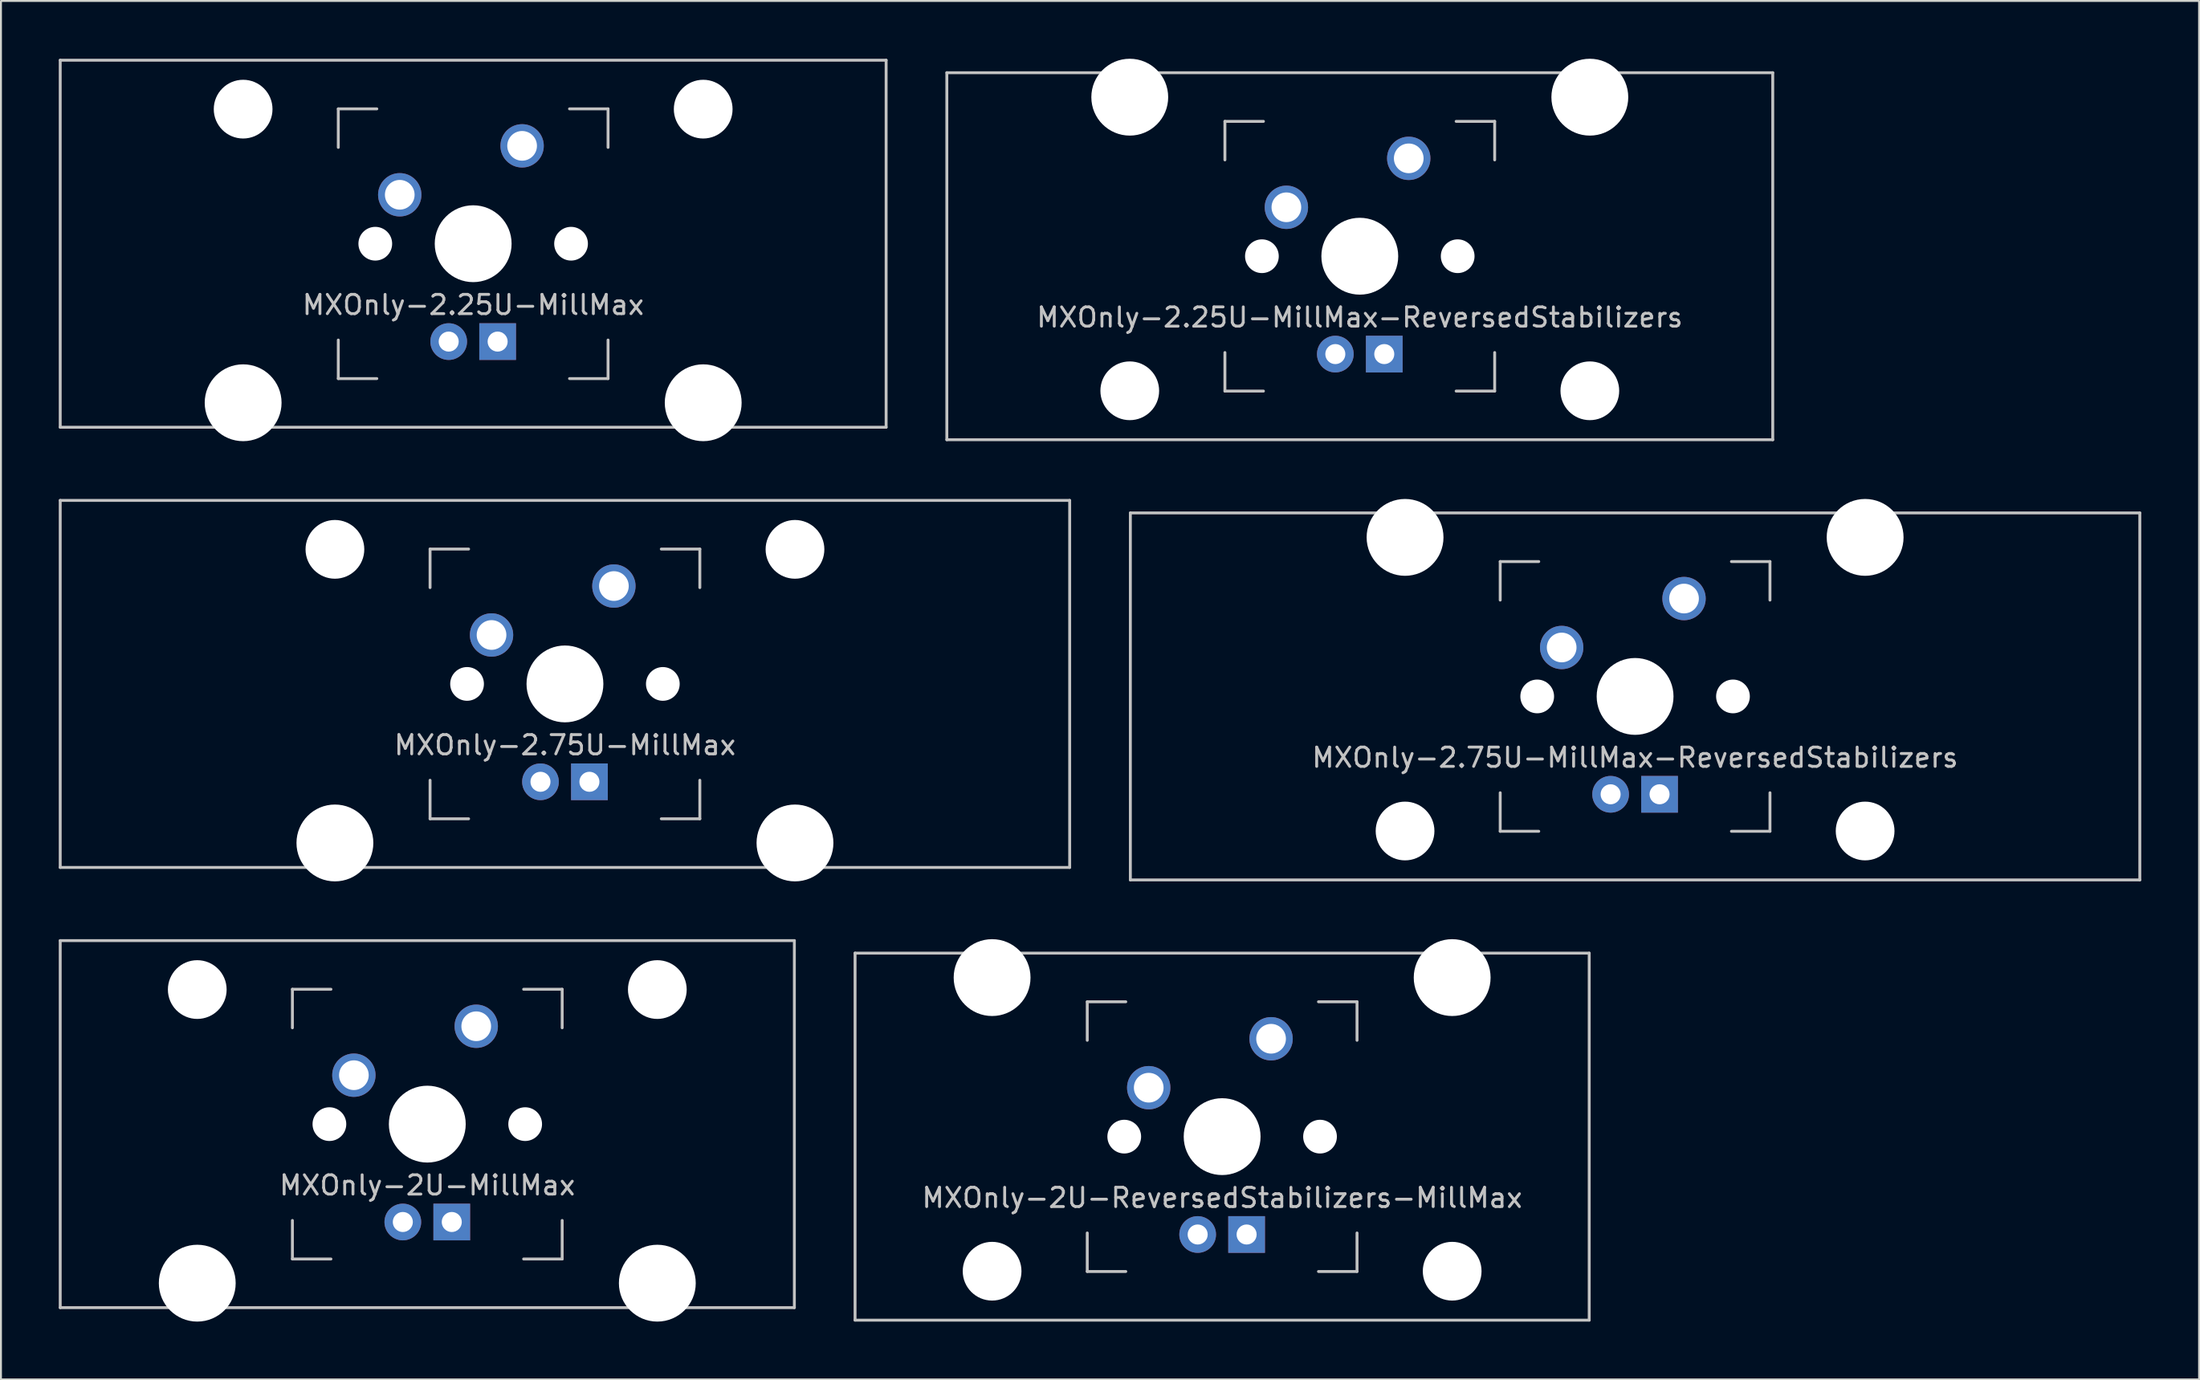
<source format=kicad_pcb>
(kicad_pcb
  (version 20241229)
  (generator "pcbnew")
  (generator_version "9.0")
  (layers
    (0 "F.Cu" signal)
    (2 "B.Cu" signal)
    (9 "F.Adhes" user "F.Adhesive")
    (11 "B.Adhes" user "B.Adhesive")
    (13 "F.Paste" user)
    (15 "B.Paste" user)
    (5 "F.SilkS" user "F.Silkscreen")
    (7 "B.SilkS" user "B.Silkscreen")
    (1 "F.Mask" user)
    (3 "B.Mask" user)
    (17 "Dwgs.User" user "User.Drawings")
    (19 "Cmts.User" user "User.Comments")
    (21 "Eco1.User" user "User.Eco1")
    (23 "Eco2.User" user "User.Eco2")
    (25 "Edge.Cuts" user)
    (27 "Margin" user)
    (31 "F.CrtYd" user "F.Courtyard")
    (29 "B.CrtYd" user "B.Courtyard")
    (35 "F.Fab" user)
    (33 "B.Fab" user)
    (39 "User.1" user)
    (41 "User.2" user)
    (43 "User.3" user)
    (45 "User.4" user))
  (footprint "MXOnly-2.25U-MillMax"
    (layer "F.Cu")
    (at 21.506 9.6)
    (property "Reference" "MXOnly-2.25U-MillMax" (at 0 3.175 0) (layer "Dwgs.User") (effects (font (size 1 1) (thickness 0.15))))
    (attr through_hole)
    (fp_line (start -21.431 -9.525) (end 21.431 -9.525) (stroke (width 0.15) (type solid)) (layer "Dwgs.User"))
    (fp_line (start -21.431 9.525) (end -21.431 -9.525) (stroke (width 0.15) (type solid)) (layer "Dwgs.User"))
    (fp_line (start -21.431 9.525) (end 21.431 9.525) (stroke (width 0.15) (type solid)) (layer "Dwgs.User"))
    (fp_line (start -7 -7) (end -7 -5) (stroke (width 0.15) (type solid)) (layer "Dwgs.User"))
    (fp_line (start -7 5) (end -7 7) (stroke (width 0.15) (type solid)) (layer "Dwgs.User"))
    (fp_line (start -7 7) (end -5 7) (stroke (width 0.15) (type solid)) (layer "Dwgs.User"))
    (fp_line (start -5 -7) (end -7 -7) (stroke (width 0.15) (type solid)) (layer "Dwgs.User"))
    (fp_line (start 5 -7) (end 7 -7) (stroke (width 0.15) (type solid)) (layer "Dwgs.User"))
    (fp_line (start 5 7) (end 7 7) (stroke (width 0.15) (type solid)) (layer "Dwgs.User"))
    (fp_line (start 7 -7) (end 7 -5) (stroke (width 0.15) (type solid)) (layer "Dwgs.User"))
    (fp_line (start 7 7) (end 7 5) (stroke (width 0.15) (type solid)) (layer "Dwgs.User"))
    (fp_line (start 21.431 -9.525) (end 21.431 9.525) (stroke (width 0.15) (type solid)) (layer "Dwgs.User"))
    (pad "" np_thru_hole circle (at -11.938 -6.985) (size 3.048 3.048) (drill 3.048) (layers "*.Cu" "*.Mask"))
    (pad "" np_thru_hole circle (at -11.938 8.255) (size 3.988 3.988) (drill 3.988) (layers "*.Cu" "*.Mask"))
    (pad "" np_thru_hole circle (at -5.08 0 48.1) (size 1.75 1.75) (drill 1.75) (layers "*.Cu" "*.Mask"))
    (pad "" np_thru_hole circle (at 0 0) (size 3.988 3.988) (drill 3.988) (layers "*.Cu" "*.Mask"))
    (pad "" np_thru_hole circle (at 5.08 0 48.1) (size 1.75 1.75) (drill 1.75) (layers "*.Cu" "*.Mask"))
    (pad "" np_thru_hole circle (at 11.938 -6.985) (size 3.048 3.048) (drill 3.048) (layers "*.Cu" "*.Mask"))
    (pad "" np_thru_hole circle (at 11.938 8.255) (size 3.988 3.988) (drill 3.988) (layers "*.Cu" "*.Mask"))
    (pad "1" thru_hole circle (at -3.81 -2.54) (size 2.25 2.25) (drill 1.54) (layers "*.Cu" "B.Mask"))
    (pad "2" thru_hole circle (at 2.54 -5.08) (size 2.25 2.25) (drill 1.54) (layers "*.Cu" "B.Mask"))
    (pad "3" thru_hole circle (at -1.27 5.08) (size 1.905 1.905) (drill 1.04) (layers "*.Cu" "B.Mask"))
    (pad "4" thru_hole rect (at 1.27 5.08) (size 1.905 1.905) (drill 1.04) (layers "*.Cu" "B.Mask")))
  (footprint "MXOnly-2.25U-MillMax-ReversedStabilizers"
    (layer "F.Cu")
    (at 67.519 10.249)
    (property "Reference" "MXOnly-2.25U-MillMax-ReversedStabilizers" (at 0 3.175 0) (layer "Dwgs.User") (effects (font (size 1 1) (thickness 0.15))))
    (attr through_hole)
    (fp_line (start -21.431 -9.525) (end 21.431 -9.525) (stroke (width 0.15) (type solid)) (layer "Dwgs.User"))
    (fp_line (start -21.431 9.525) (end -21.431 -9.525) (stroke (width 0.15) (type solid)) (layer "Dwgs.User"))
    (fp_line (start -21.431 9.525) (end 21.431 9.525) (stroke (width 0.15) (type solid)) (layer "Dwgs.User"))
    (fp_line (start -7 -7) (end -7 -5) (stroke (width 0.15) (type solid)) (layer "Dwgs.User"))
    (fp_line (start -7 5) (end -7 7) (stroke (width 0.15) (type solid)) (layer "Dwgs.User"))
    (fp_line (start -7 7) (end -5 7) (stroke (width 0.15) (type solid)) (layer "Dwgs.User"))
    (fp_line (start -5 -7) (end -7 -7) (stroke (width 0.15) (type solid)) (layer "Dwgs.User"))
    (fp_line (start 5 -7) (end 7 -7) (stroke (width 0.15) (type solid)) (layer "Dwgs.User"))
    (fp_line (start 5 7) (end 7 7) (stroke (width 0.15) (type solid)) (layer "Dwgs.User"))
    (fp_line (start 7 -7) (end 7 -5) (stroke (width 0.15) (type solid)) (layer "Dwgs.User"))
    (fp_line (start 7 7) (end 7 5) (stroke (width 0.15) (type solid)) (layer "Dwgs.User"))
    (fp_line (start 21.431 -9.525) (end 21.431 9.525) (stroke (width 0.15) (type solid)) (layer "Dwgs.User"))
    (pad "" np_thru_hole circle (at -11.938 -8.255) (size 3.988 3.988) (drill 3.988) (layers "*.Cu" "*.Mask"))
    (pad "" np_thru_hole circle (at -11.938 6.985) (size 3.048 3.048) (drill 3.048) (layers "*.Cu" "*.Mask"))
    (pad "" np_thru_hole circle (at -5.08 0 48.1) (size 1.75 1.75) (drill 1.75) (layers "*.Cu" "*.Mask"))
    (pad "" np_thru_hole circle (at 0 0) (size 3.988 3.988) (drill 3.988) (layers "*.Cu" "*.Mask"))
    (pad "" np_thru_hole circle (at 5.08 0 48.1) (size 1.75 1.75) (drill 1.75) (layers "*.Cu" "*.Mask"))
    (pad "" np_thru_hole circle (at 11.938 -8.255) (size 3.988 3.988) (drill 3.988) (layers "*.Cu" "*.Mask"))
    (pad "" np_thru_hole circle (at 11.938 6.985) (size 3.048 3.048) (drill 3.048) (layers "*.Cu" "*.Mask"))
    (pad "1" thru_hole circle (at -3.81 -2.54) (size 2.25 2.25) (drill 1.54) (layers "*.Cu" "B.Mask"))
    (pad "2" thru_hole circle (at 2.54 -5.08) (size 2.25 2.25) (drill 1.54) (layers "*.Cu" "B.Mask"))
    (pad "3" thru_hole circle (at -1.27 5.08) (size 1.905 1.905) (drill 1.04) (layers "*.Cu" "B.Mask"))
    (pad "4" thru_hole rect (at 1.27 5.08) (size 1.905 1.905) (drill 1.04) (layers "*.Cu" "B.Mask")))
  (footprint "MXOnly-2U-ReversedStabilizers-MillMax"
    (layer "F.Cu")
    (at 60.375 55.947)
    (property "Reference" "MXOnly-2U-ReversedStabilizers-MillMax" (at 0 3.175 0) (layer "Dwgs.User") (effects (font (size 1 1) (thickness 0.15))))
    (attr through_hole)
    (fp_line (start -19.05 -9.525) (end 19.05 -9.525) (stroke (width 0.15) (type solid)) (layer "Dwgs.User"))
    (fp_line (start -19.05 9.525) (end -19.05 -9.525) (stroke (width 0.15) (type solid)) (layer "Dwgs.User"))
    (fp_line (start -19.05 9.525) (end 19.05 9.525) (stroke (width 0.15) (type solid)) (layer "Dwgs.User"))
    (fp_line (start -7 -7) (end -7 -5) (stroke (width 0.15) (type solid)) (layer "Dwgs.User"))
    (fp_line (start -7 5) (end -7 7) (stroke (width 0.15) (type solid)) (layer "Dwgs.User"))
    (fp_line (start -7 7) (end -5 7) (stroke (width 0.15) (type solid)) (layer "Dwgs.User"))
    (fp_line (start -5 -7) (end -7 -7) (stroke (width 0.15) (type solid)) (layer "Dwgs.User"))
    (fp_line (start 5 -7) (end 7 -7) (stroke (width 0.15) (type solid)) (layer "Dwgs.User"))
    (fp_line (start 5 7) (end 7 7) (stroke (width 0.15) (type solid)) (layer "Dwgs.User"))
    (fp_line (start 7 -7) (end 7 -5) (stroke (width 0.15) (type solid)) (layer "Dwgs.User"))
    (fp_line (start 7 7) (end 7 5) (stroke (width 0.15) (type solid)) (layer "Dwgs.User"))
    (fp_line (start 19.05 -9.525) (end 19.05 9.525) (stroke (width 0.15) (type solid)) (layer "Dwgs.User"))
    (pad "" np_thru_hole circle (at -11.938 -8.255) (size 3.988 3.988) (drill 3.988) (layers "*.Cu" "*.Mask"))
    (pad "" np_thru_hole circle (at -11.938 6.985) (size 3.048 3.048) (drill 3.048) (layers "*.Cu" "*.Mask"))
    (pad "" np_thru_hole circle (at -5.08 0 48.1) (size 1.75 1.75) (drill 1.75) (layers "*.Cu" "*.Mask"))
    (pad "" np_thru_hole circle (at 0 0) (size 3.988 3.988) (drill 3.988) (layers "*.Cu" "*.Mask"))
    (pad "" np_thru_hole circle (at 5.08 0 48.1) (size 1.75 1.75) (drill 1.75) (layers "*.Cu" "*.Mask"))
    (pad "" np_thru_hole circle (at 11.938 -8.255) (size 3.988 3.988) (drill 3.988) (layers "*.Cu" "*.Mask"))
    (pad "" np_thru_hole circle (at 11.938 6.985) (size 3.048 3.048) (drill 3.048) (layers "*.Cu" "*.Mask"))
    (pad "1" thru_hole circle (at -3.81 -2.54) (size 2.25 2.25) (drill 1.54) (layers "*.Cu" "B.Mask"))
    (pad "2" thru_hole circle (at 2.54 -5.08) (size 2.25 2.25) (drill 1.54) (layers "*.Cu" "B.Mask"))
    (pad "3" thru_hole circle (at -1.27 5.08) (size 1.905 1.905) (drill 1.04) (layers "*.Cu" "B.Mask"))
    (pad "4" thru_hole rect (at 1.27 5.08) (size 1.905 1.905) (drill 1.04) (layers "*.Cu" "B.Mask")))
  (footprint "MXOnly-2U-MillMax"
    (layer "F.Cu")
    (at 19.125 55.298)
    (property "Reference" "MXOnly-2U-MillMax" (at 0 3.175 0) (layer "Dwgs.User") (effects (font (size 1 1) (thickness 0.15))))
    (attr through_hole)
    (fp_line (start -19.05 -9.525) (end 19.05 -9.525) (stroke (width 0.15) (type solid)) (layer "Dwgs.User"))
    (fp_line (start -19.05 9.525) (end -19.05 -9.525) (stroke (width 0.15) (type solid)) (layer "Dwgs.User"))
    (fp_line (start -19.05 9.525) (end 19.05 9.525) (stroke (width 0.15) (type solid)) (layer "Dwgs.User"))
    (fp_line (start -7 -7) (end -7 -5) (stroke (width 0.15) (type solid)) (layer "Dwgs.User"))
    (fp_line (start -7 5) (end -7 7) (stroke (width 0.15) (type solid)) (layer "Dwgs.User"))
    (fp_line (start -7 7) (end -5 7) (stroke (width 0.15) (type solid)) (layer "Dwgs.User"))
    (fp_line (start -5 -7) (end -7 -7) (stroke (width 0.15) (type solid)) (layer "Dwgs.User"))
    (fp_line (start 5 -7) (end 7 -7) (stroke (width 0.15) (type solid)) (layer "Dwgs.User"))
    (fp_line (start 5 7) (end 7 7) (stroke (width 0.15) (type solid)) (layer "Dwgs.User"))
    (fp_line (start 7 -7) (end 7 -5) (stroke (width 0.15) (type solid)) (layer "Dwgs.User"))
    (fp_line (start 7 7) (end 7 5) (stroke (width 0.15) (type solid)) (layer "Dwgs.User"))
    (fp_line (start 19.05 -9.525) (end 19.05 9.525) (stroke (width 0.15) (type solid)) (layer "Dwgs.User"))
    (pad "" np_thru_hole circle (at -11.938 -6.985) (size 3.048 3.048) (drill 3.048) (layers "*.Cu" "*.Mask"))
    (pad "" np_thru_hole circle (at -11.938 8.255) (size 3.988 3.988) (drill 3.988) (layers "*.Cu" "*.Mask"))
    (pad "" np_thru_hole circle (at -5.08 0 48.1) (size 1.75 1.75) (drill 1.75) (layers "*.Cu" "*.Mask"))
    (pad "" np_thru_hole circle (at 0 0) (size 3.988 3.988) (drill 3.988) (layers "*.Cu" "*.Mask"))
    (pad "" np_thru_hole circle (at 5.08 0 48.1) (size 1.75 1.75) (drill 1.75) (layers "*.Cu" "*.Mask"))
    (pad "" np_thru_hole circle (at 11.938 -6.985) (size 3.048 3.048) (drill 3.048) (layers "*.Cu" "*.Mask"))
    (pad "" np_thru_hole circle (at 11.938 8.255) (size 3.988 3.988) (drill 3.988) (layers "*.Cu" "*.Mask"))
    (pad "1" thru_hole circle (at -3.81 -2.54) (size 2.25 2.25) (drill 1.54) (layers "*.Cu" "B.Mask"))
    (pad "2" thru_hole circle (at 2.54 -5.08) (size 2.25 2.25) (drill 1.54) (layers "*.Cu" "B.Mask"))
    (pad "3" thru_hole circle (at -1.27 5.08) (size 1.905 1.905) (drill 1.04) (layers "*.Cu" "B.Mask"))
    (pad "4" thru_hole rect (at 1.27 5.08) (size 1.905 1.905) (drill 1.04) (layers "*.Cu" "B.Mask")))
  (footprint "MXOnly-2.75U-MillMax"
    (layer "F.Cu")
    (at 26.269 32.449)
    (property "Reference" "MXOnly-2.75U-MillMax" (at 0 3.175 0) (layer "Dwgs.User") (effects (font (size 1 1) (thickness 0.15))))
    (attr through_hole)
    (fp_line (start -26.194 -9.525) (end 26.194 -9.525) (stroke (width 0.15) (type solid)) (layer "Dwgs.User"))
    (fp_line (start -26.194 9.525) (end -26.194 -9.525) (stroke (width 0.15) (type solid)) (layer "Dwgs.User"))
    (fp_line (start -26.194 9.525) (end 26.194 9.525) (stroke (width 0.15) (type solid)) (layer "Dwgs.User"))
    (fp_line (start -7 -7) (end -7 -5) (stroke (width 0.15) (type solid)) (layer "Dwgs.User"))
    (fp_line (start -7 5) (end -7 7) (stroke (width 0.15) (type solid)) (layer "Dwgs.User"))
    (fp_line (start -7 7) (end -5 7) (stroke (width 0.15) (type solid)) (layer "Dwgs.User"))
    (fp_line (start -5 -7) (end -7 -7) (stroke (width 0.15) (type solid)) (layer "Dwgs.User"))
    (fp_line (start 5 -7) (end 7 -7) (stroke (width 0.15) (type solid)) (layer "Dwgs.User"))
    (fp_line (start 5 7) (end 7 7) (stroke (width 0.15) (type solid)) (layer "Dwgs.User"))
    (fp_line (start 7 -7) (end 7 -5) (stroke (width 0.15) (type solid)) (layer "Dwgs.User"))
    (fp_line (start 7 7) (end 7 5) (stroke (width 0.15) (type solid)) (layer "Dwgs.User"))
    (fp_line (start 26.194 -9.525) (end 26.194 9.525) (stroke (width 0.15) (type solid)) (layer "Dwgs.User"))
    (pad "" np_thru_hole circle (at -11.938 -6.985) (size 3.048 3.048) (drill 3.048) (layers "*.Cu" "*.Mask"))
    (pad "" np_thru_hole circle (at -11.938 8.255) (size 3.988 3.988) (drill 3.988) (layers "*.Cu" "*.Mask"))
    (pad "" np_thru_hole circle (at -5.08 0 48.1) (size 1.75 1.75) (drill 1.75) (layers "*.Cu" "*.Mask"))
    (pad "" np_thru_hole circle (at 0 0) (size 3.988 3.988) (drill 3.988) (layers "*.Cu" "*.Mask"))
    (pad "" np_thru_hole circle (at 5.08 0 48.1) (size 1.75 1.75) (drill 1.75) (layers "*.Cu" "*.Mask"))
    (pad "" np_thru_hole circle (at 11.938 -6.985) (size 3.048 3.048) (drill 3.048) (layers "*.Cu" "*.Mask"))
    (pad "" np_thru_hole circle (at 11.938 8.255) (size 3.988 3.988) (drill 3.988) (layers "*.Cu" "*.Mask"))
    (pad "1" thru_hole circle (at -3.81 -2.54) (size 2.25 2.25) (drill 1.54) (layers "*.Cu" "B.Mask"))
    (pad "2" thru_hole circle (at 2.54 -5.08) (size 2.25 2.25) (drill 1.54) (layers "*.Cu" "B.Mask"))
    (pad "3" thru_hole circle (at -1.27 5.08) (size 1.905 1.905) (drill 1.04) (layers "*.Cu" "B.Mask"))
    (pad "4" thru_hole rect (at 1.27 5.08) (size 1.905 1.905) (drill 1.04) (layers "*.Cu" "B.Mask")))
  (footprint "MXOnly-2.75U-MillMax-ReversedStabilizers"
    (layer "F.Cu")
    (at 81.806 33.098)
    (property "Reference" "MXOnly-2.75U-MillMax-ReversedStabilizers" (at 0 3.175 0) (layer "Dwgs.User") (effects (font (size 1 1) (thickness 0.15))))
    (attr through_hole)
    (fp_line (start -26.194 -9.525) (end 26.194 -9.525) (stroke (width 0.15) (type solid)) (layer "Dwgs.User"))
    (fp_line (start -26.194 9.525) (end -26.194 -9.525) (stroke (width 0.15) (type solid)) (layer "Dwgs.User"))
    (fp_line (start -26.194 9.525) (end 26.194 9.525) (stroke (width 0.15) (type solid)) (layer "Dwgs.User"))
    (fp_line (start -7 -7) (end -7 -5) (stroke (width 0.15) (type solid)) (layer "Dwgs.User"))
    (fp_line (start -7 5) (end -7 7) (stroke (width 0.15) (type solid)) (layer "Dwgs.User"))
    (fp_line (start -7 7) (end -5 7) (stroke (width 0.15) (type solid)) (layer "Dwgs.User"))
    (fp_line (start -5 -7) (end -7 -7) (stroke (width 0.15) (type solid)) (layer "Dwgs.User"))
    (fp_line (start 5 -7) (end 7 -7) (stroke (width 0.15) (type solid)) (layer "Dwgs.User"))
    (fp_line (start 5 7) (end 7 7) (stroke (width 0.15) (type solid)) (layer "Dwgs.User"))
    (fp_line (start 7 -7) (end 7 -5) (stroke (width 0.15) (type solid)) (layer "Dwgs.User"))
    (fp_line (start 7 7) (end 7 5) (stroke (width 0.15) (type solid)) (layer "Dwgs.User"))
    (fp_line (start 26.194 -9.525) (end 26.194 9.525) (stroke (width 0.15) (type solid)) (layer "Dwgs.User"))
    (pad "" np_thru_hole circle (at -11.938 -8.255) (size 3.988 3.988) (drill 3.988) (layers "*.Cu" "*.Mask"))
    (pad "" np_thru_hole circle (at -11.938 6.985) (size 3.048 3.048) (drill 3.048) (layers "*.Cu" "*.Mask"))
    (pad "" np_thru_hole circle (at -5.08 0 48.1) (size 1.75 1.75) (drill 1.75) (layers "*.Cu" "*.Mask"))
    (pad "" np_thru_hole circle (at 0 0) (size 3.988 3.988) (drill 3.988) (layers "*.Cu" "*.Mask"))
    (pad "" np_thru_hole circle (at 5.08 0 48.1) (size 1.75 1.75) (drill 1.75) (layers "*.Cu" "*.Mask"))
    (pad "" np_thru_hole circle (at 11.938 -8.255) (size 3.988 3.988) (drill 3.988) (layers "*.Cu" "*.Mask"))
    (pad "" np_thru_hole circle (at 11.938 6.985) (size 3.048 3.048) (drill 3.048) (layers "*.Cu" "*.Mask"))
    (pad "1" thru_hole circle (at -3.81 -2.54) (size 2.25 2.25) (drill 1.54) (layers "*.Cu" "B.Mask"))
    (pad "2" thru_hole circle (at 2.54 -5.08) (size 2.25 2.25) (drill 1.54) (layers "*.Cu" "B.Mask"))
    (pad "3" thru_hole circle (at -1.27 5.08) (size 1.905 1.905) (drill 1.04) (layers "*.Cu" "B.Mask"))
    (pad "4" thru_hole rect (at 1.27 5.08) (size 1.905 1.905) (drill 1.04) (layers "*.Cu" "B.Mask")))
  (gr_rect
    (start -3 -3)
    (end 111.075 68.547)
    (stroke (width 0.1) (type default))
    (fill no)
    (layer "Edge.Cuts")))
</source>
